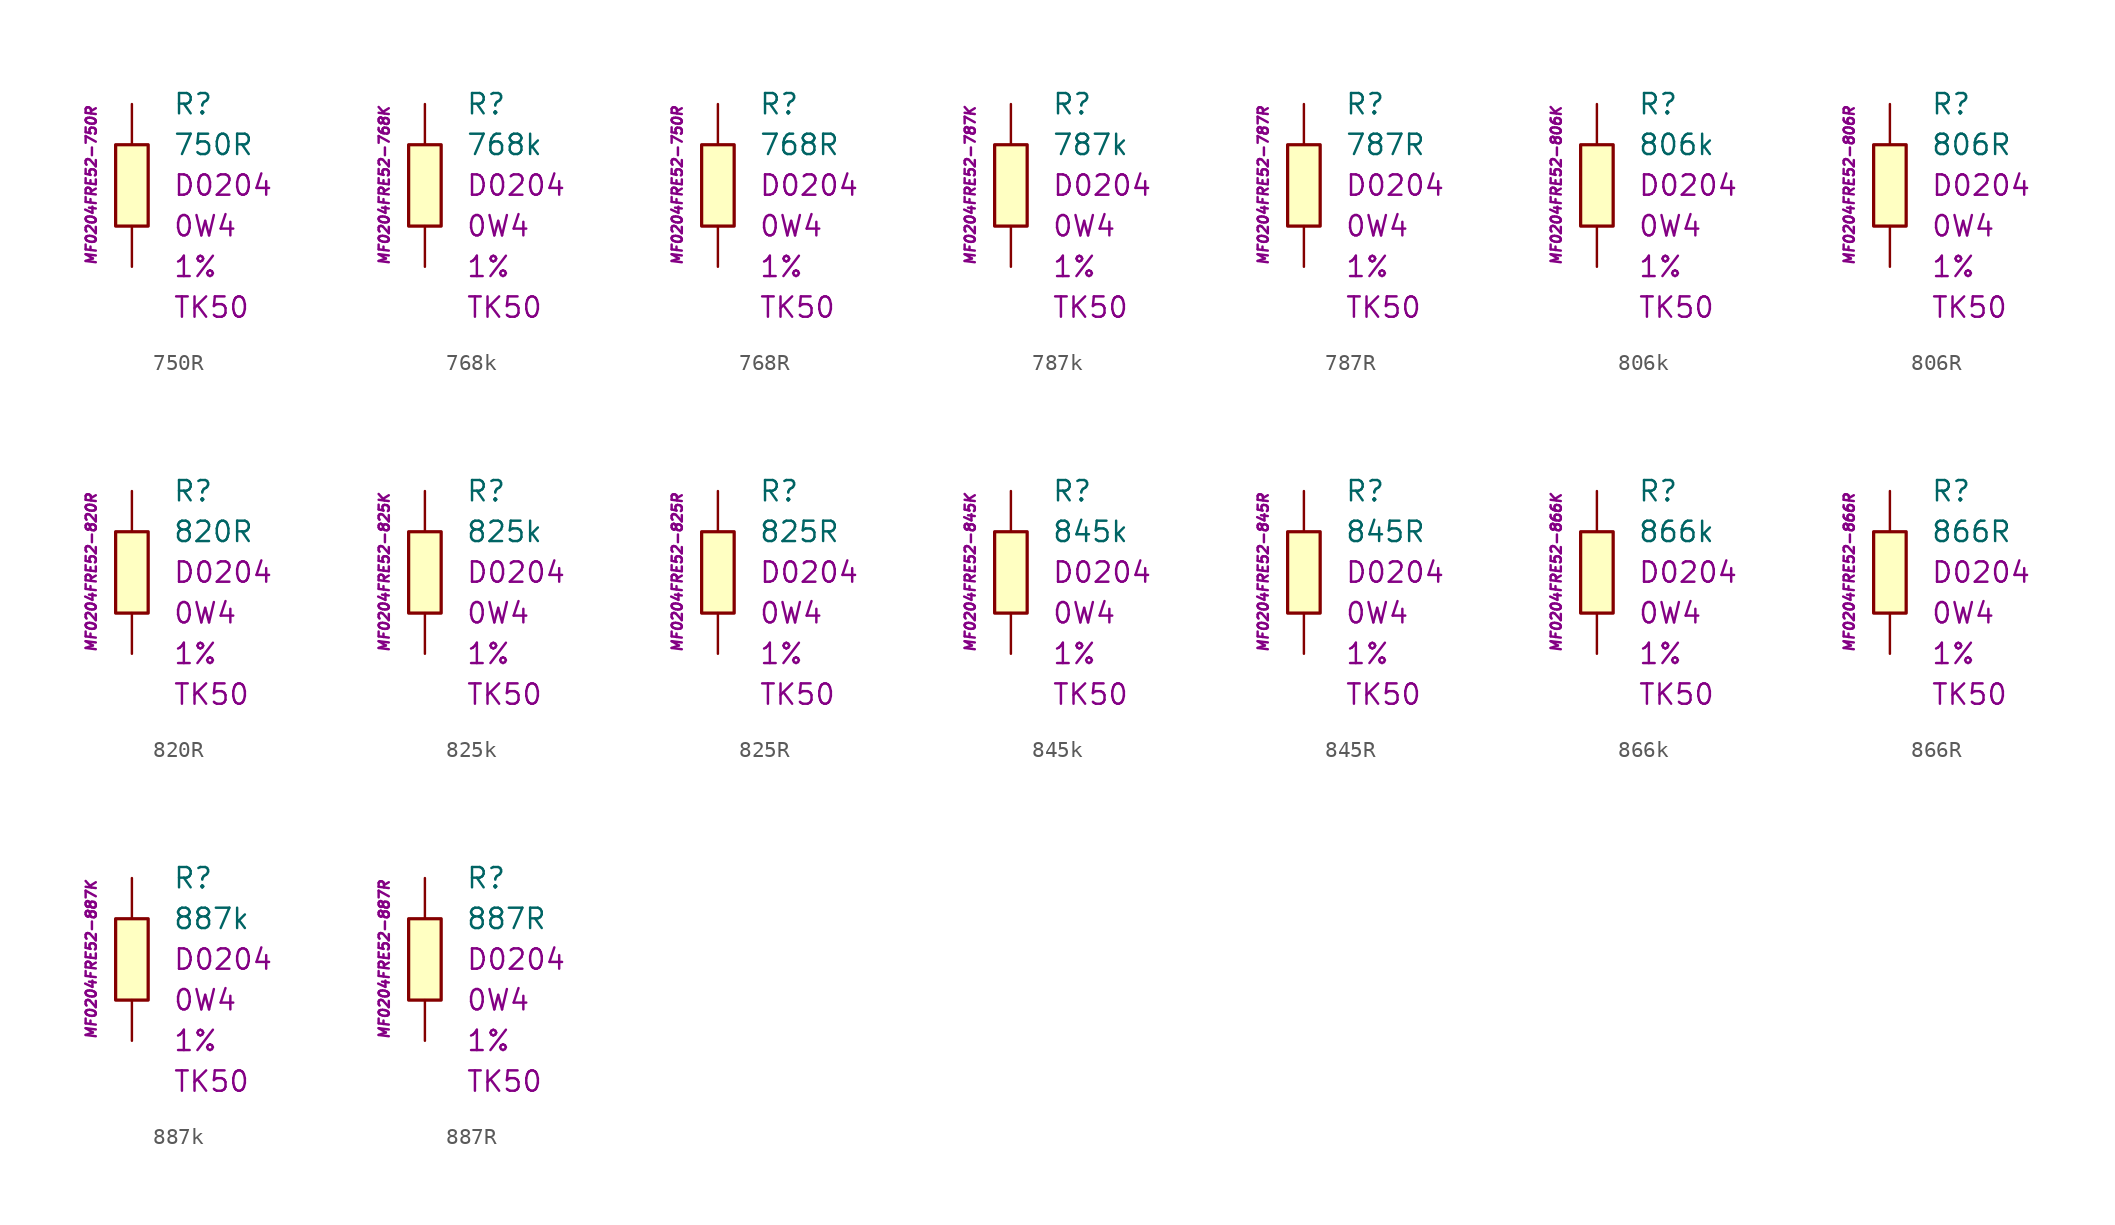
<source format=kicad_sym>
(kicad_symbol_lib
  (version 20201005)
  (generator kicad_symbol_editor)
  (symbol "750R"
    (pin_numbers hide)
    (pin_names
      (offset 1.016) hide)
    (property "Reference" "R"
      (at 2.54 5.08 0)
      (effects (font (size 1.27 1.27)) (justify left)))
    (property "Value" "750R"
      (at 2.54 2.54 0)
      (effects (font (size 1.27 1.27)) (justify left)))
    (property "Package" "D0204"
      (at 2.54 0 0)
      (effects (font (size 1.27 1.27)) (justify left)))
    (property "Power" "0W4"
      (at 2.54 -2.54 0)
      (effects (font (size 1.27 1.27)) (justify left)))
    (property "Tolerance" "1%"
      (at 2.54 -5.08 0)
      (effects (font (size 1.27 1.27)) (justify left)))
    (property "TK" "TK50"
      (at 2.54 -7.62 0)
      (effects (font (size 1.27 1.27)) (justify left)))
    (property "ID" "MF0204FRE52-750R"
      (at -2.54 0 90)
      (effects (font (size 0.635 0.635) italic)))
    (symbol "750R_0_1"
      (rectangle (start -1.016 2.54) (end 1.016 -2.54) (stroke (width 0.203)) (fill (type background))))
    (symbol "750R_1_1"
      (pin passive line (at 0 5.08 270) (length 2.54) (name "~" (effects (font (size 1.778 1.778)))) (number "1" (effects (font (size 1.778 1.778)))))
      (pin passive line (at 0 -5.08 90) (length 2.54) (name "~" (effects (font (size 1.778 1.778)))) (number "2" (effects (font (size 1.778 1.778)))))))
  (symbol "768k"
    (pin_numbers hide)
    (pin_names
      (offset 1.016) hide)
    (property "Reference" "R"
      (at 2.54 5.08 0)
      (effects (font (size 1.27 1.27)) (justify left)))
    (property "Value" "768k"
      (at 2.54 2.54 0)
      (effects (font (size 1.27 1.27)) (justify left)))
    (property "Package" "D0204"
      (at 2.54 0 0)
      (effects (font (size 1.27 1.27)) (justify left)))
    (property "Power" "0W4"
      (at 2.54 -2.54 0)
      (effects (font (size 1.27 1.27)) (justify left)))
    (property "Tolerance" "1%"
      (at 2.54 -5.08 0)
      (effects (font (size 1.27 1.27)) (justify left)))
    (property "TK" "TK50"
      (at 2.54 -7.62 0)
      (effects (font (size 1.27 1.27)) (justify left)))
    (property "ID" "MF0204FRE52-768K"
      (at -2.54 0 90)
      (effects (font (size 0.635 0.635) italic)))
    (symbol "768k_0_1"
      (rectangle (start -1.016 2.54) (end 1.016 -2.54) (stroke (width 0.203)) (fill (type background))))
    (symbol "768k_1_1"
      (pin passive line (at 0 5.08 270) (length 2.54) (name "~" (effects (font (size 1.778 1.778)))) (number "1" (effects (font (size 1.778 1.778)))))
      (pin passive line (at 0 -5.08 90) (length 2.54) (name "~" (effects (font (size 1.778 1.778)))) (number "2" (effects (font (size 1.778 1.778)))))))
  (symbol "768R"
    (pin_numbers hide)
    (pin_names
      (offset 1.016) hide)
    (property "Reference" "R"
      (at 2.54 5.08 0)
      (effects (font (size 1.27 1.27)) (justify left)))
    (property "Value" "768R"
      (at 2.54 2.54 0)
      (effects (font (size 1.27 1.27)) (justify left)))
    (property "Package" "D0204"
      (at 2.54 0 0)
      (effects (font (size 1.27 1.27)) (justify left)))
    (property "Power" "0W4"
      (at 2.54 -2.54 0)
      (effects (font (size 1.27 1.27)) (justify left)))
    (property "Tolerance" "1%"
      (at 2.54 -5.08 0)
      (effects (font (size 1.27 1.27)) (justify left)))
    (property "TK" "TK50"
      (at 2.54 -7.62 0)
      (effects (font (size 1.27 1.27)) (justify left)))
    (property "ID" "MF0204FRE52-750R"
      (at -2.54 0 90)
      (effects (font (size 0.635 0.635) italic)))
    (symbol "768R_0_1"
      (rectangle (start -1.016 2.54) (end 1.016 -2.54) (stroke (width 0.203)) (fill (type background))))
    (symbol "768R_1_1"
      (pin passive line (at 0 5.08 270) (length 2.54) (name "~" (effects (font (size 1.778 1.778)))) (number "1" (effects (font (size 1.778 1.778)))))
      (pin passive line (at 0 -5.08 90) (length 2.54) (name "~" (effects (font (size 1.778 1.778)))) (number "2" (effects (font (size 1.778 1.778)))))))
  (symbol "787k"
    (pin_numbers hide)
    (pin_names
      (offset 1.016) hide)
    (property "Reference" "R"
      (at 2.54 5.08 0)
      (effects (font (size 1.27 1.27)) (justify left)))
    (property "Value" "787k"
      (at 2.54 2.54 0)
      (effects (font (size 1.27 1.27)) (justify left)))
    (property "Package" "D0204"
      (at 2.54 0 0)
      (effects (font (size 1.27 1.27)) (justify left)))
    (property "Power" "0W4"
      (at 2.54 -2.54 0)
      (effects (font (size 1.27 1.27)) (justify left)))
    (property "Tolerance" "1%"
      (at 2.54 -5.08 0)
      (effects (font (size 1.27 1.27)) (justify left)))
    (property "TK" "TK50"
      (at 2.54 -7.62 0)
      (effects (font (size 1.27 1.27)) (justify left)))
    (property "ID" "MF0204FRE52-787K"
      (at -2.54 0 90)
      (effects (font (size 0.635 0.635) italic)))
    (symbol "787k_0_1"
      (rectangle (start -1.016 2.54) (end 1.016 -2.54) (stroke (width 0.203)) (fill (type background))))
    (symbol "787k_1_1"
      (pin passive line (at 0 5.08 270) (length 2.54) (name "~" (effects (font (size 1.778 1.778)))) (number "1" (effects (font (size 1.778 1.778)))))
      (pin passive line (at 0 -5.08 90) (length 2.54) (name "~" (effects (font (size 1.778 1.778)))) (number "2" (effects (font (size 1.778 1.778)))))))
  (symbol "787R"
    (pin_numbers hide)
    (pin_names
      (offset 1.016) hide)
    (property "Reference" "R"
      (at 2.54 5.08 0)
      (effects (font (size 1.27 1.27)) (justify left)))
    (property "Value" "787R"
      (at 2.54 2.54 0)
      (effects (font (size 1.27 1.27)) (justify left)))
    (property "Package" "D0204"
      (at 2.54 0 0)
      (effects (font (size 1.27 1.27)) (justify left)))
    (property "Power" "0W4"
      (at 2.54 -2.54 0)
      (effects (font (size 1.27 1.27)) (justify left)))
    (property "Tolerance" "1%"
      (at 2.54 -5.08 0)
      (effects (font (size 1.27 1.27)) (justify left)))
    (property "TK" "TK50"
      (at 2.54 -7.62 0)
      (effects (font (size 1.27 1.27)) (justify left)))
    (property "ID" "MF0204FRE52-787R"
      (at -2.54 0 90)
      (effects (font (size 0.635 0.635) italic)))
    (symbol "787R_0_1"
      (rectangle (start -1.016 2.54) (end 1.016 -2.54) (stroke (width 0.203)) (fill (type background))))
    (symbol "787R_1_1"
      (pin passive line (at 0 5.08 270) (length 2.54) (name "~" (effects (font (size 1.778 1.778)))) (number "1" (effects (font (size 1.778 1.778)))))
      (pin passive line (at 0 -5.08 90) (length 2.54) (name "~" (effects (font (size 1.778 1.778)))) (number "2" (effects (font (size 1.778 1.778)))))))
  (symbol "806k"
    (pin_numbers hide)
    (pin_names
      (offset 1.016) hide)
    (property "Reference" "R"
      (at 2.54 5.08 0)
      (effects (font (size 1.27 1.27)) (justify left)))
    (property "Value" "806k"
      (at 2.54 2.54 0)
      (effects (font (size 1.27 1.27)) (justify left)))
    (property "Package" "D0204"
      (at 2.54 0 0)
      (effects (font (size 1.27 1.27)) (justify left)))
    (property "Power" "0W4"
      (at 2.54 -2.54 0)
      (effects (font (size 1.27 1.27)) (justify left)))
    (property "Tolerance" "1%"
      (at 2.54 -5.08 0)
      (effects (font (size 1.27 1.27)) (justify left)))
    (property "TK" "TK50"
      (at 2.54 -7.62 0)
      (effects (font (size 1.27 1.27)) (justify left)))
    (property "ID" "MF0204FRE52-806K"
      (at -2.54 0 90)
      (effects (font (size 0.635 0.635) italic)))
    (symbol "806k_0_1"
      (rectangle (start -1.016 2.54) (end 1.016 -2.54) (stroke (width 0.203)) (fill (type background))))
    (symbol "806k_1_1"
      (pin passive line (at 0 5.08 270) (length 2.54) (name "~" (effects (font (size 1.778 1.778)))) (number "1" (effects (font (size 1.778 1.778)))))
      (pin passive line (at 0 -5.08 90) (length 2.54) (name "~" (effects (font (size 1.778 1.778)))) (number "2" (effects (font (size 1.778 1.778)))))))
  (symbol "806R"
    (pin_numbers hide)
    (pin_names
      (offset 1.016) hide)
    (property "Reference" "R"
      (at 2.54 5.08 0)
      (effects (font (size 1.27 1.27)) (justify left)))
    (property "Value" "806R"
      (at 2.54 2.54 0)
      (effects (font (size 1.27 1.27)) (justify left)))
    (property "Package" "D0204"
      (at 2.54 0 0)
      (effects (font (size 1.27 1.27)) (justify left)))
    (property "Power" "0W4"
      (at 2.54 -2.54 0)
      (effects (font (size 1.27 1.27)) (justify left)))
    (property "Tolerance" "1%"
      (at 2.54 -5.08 0)
      (effects (font (size 1.27 1.27)) (justify left)))
    (property "TK" "TK50"
      (at 2.54 -7.62 0)
      (effects (font (size 1.27 1.27)) (justify left)))
    (property "ID" "MF0204FRE52-806R"
      (at -2.54 0 90)
      (effects (font (size 0.635 0.635) italic)))
    (symbol "806R_0_1"
      (rectangle (start -1.016 2.54) (end 1.016 -2.54) (stroke (width 0.203)) (fill (type background))))
    (symbol "806R_1_1"
      (pin passive line (at 0 5.08 270) (length 2.54) (name "~" (effects (font (size 1.778 1.778)))) (number "1" (effects (font (size 1.778 1.778)))))
      (pin passive line (at 0 -5.08 90) (length 2.54) (name "~" (effects (font (size 1.778 1.778)))) (number "2" (effects (font (size 1.778 1.778)))))))
  (symbol "820R"
    (pin_numbers hide)
    (pin_names
      (offset 1.016) hide)
    (property "Reference" "R"
      (at 2.54 5.08 0)
      (effects (font (size 1.27 1.27)) (justify left)))
    (property "Value" "820R"
      (at 2.54 2.54 0)
      (effects (font (size 1.27 1.27)) (justify left)))
    (property "Package" "D0204"
      (at 2.54 0 0)
      (effects (font (size 1.27 1.27)) (justify left)))
    (property "Power" "0W4"
      (at 2.54 -2.54 0)
      (effects (font (size 1.27 1.27)) (justify left)))
    (property "Tolerance" "1%"
      (at 2.54 -5.08 0)
      (effects (font (size 1.27 1.27)) (justify left)))
    (property "TK" "TK50"
      (at 2.54 -7.62 0)
      (effects (font (size 1.27 1.27)) (justify left)))
    (property "ID" "MF0204FRE52-820R"
      (at -2.54 0 90)
      (effects (font (size 0.635 0.635) italic)))
    (symbol "820R_0_1"
      (rectangle (start -1.016 2.54) (end 1.016 -2.54) (stroke (width 0.203)) (fill (type background))))
    (symbol "820R_1_1"
      (pin passive line (at 0 5.08 270) (length 2.54) (name "~" (effects (font (size 1.778 1.778)))) (number "1" (effects (font (size 1.778 1.778)))))
      (pin passive line (at 0 -5.08 90) (length 2.54) (name "~" (effects (font (size 1.778 1.778)))) (number "2" (effects (font (size 1.778 1.778)))))))
  (symbol "825k"
    (pin_numbers hide)
    (pin_names
      (offset 1.016) hide)
    (property "Reference" "R"
      (at 2.54 5.08 0)
      (effects (font (size 1.27 1.27)) (justify left)))
    (property "Value" "825k"
      (at 2.54 2.54 0)
      (effects (font (size 1.27 1.27)) (justify left)))
    (property "Package" "D0204"
      (at 2.54 0 0)
      (effects (font (size 1.27 1.27)) (justify left)))
    (property "Power" "0W4"
      (at 2.54 -2.54 0)
      (effects (font (size 1.27 1.27)) (justify left)))
    (property "Tolerance" "1%"
      (at 2.54 -5.08 0)
      (effects (font (size 1.27 1.27)) (justify left)))
    (property "TK" "TK50"
      (at 2.54 -7.62 0)
      (effects (font (size 1.27 1.27)) (justify left)))
    (property "ID" "MF0204FRE52-825K"
      (at -2.54 0 90)
      (effects (font (size 0.635 0.635) italic)))
    (symbol "825k_0_1"
      (rectangle (start -1.016 2.54) (end 1.016 -2.54) (stroke (width 0.203)) (fill (type background))))
    (symbol "825k_1_1"
      (pin passive line (at 0 5.08 270) (length 2.54) (name "~" (effects (font (size 1.778 1.778)))) (number "1" (effects (font (size 1.778 1.778)))))
      (pin passive line (at 0 -5.08 90) (length 2.54) (name "~" (effects (font (size 1.778 1.778)))) (number "2" (effects (font (size 1.778 1.778)))))))
  (symbol "825R"
    (pin_numbers hide)
    (pin_names
      (offset 1.016) hide)
    (property "Reference" "R"
      (at 2.54 5.08 0)
      (effects (font (size 1.27 1.27)) (justify left)))
    (property "Value" "825R"
      (at 2.54 2.54 0)
      (effects (font (size 1.27 1.27)) (justify left)))
    (property "Package" "D0204"
      (at 2.54 0 0)
      (effects (font (size 1.27 1.27)) (justify left)))
    (property "Power" "0W4"
      (at 2.54 -2.54 0)
      (effects (font (size 1.27 1.27)) (justify left)))
    (property "Tolerance" "1%"
      (at 2.54 -5.08 0)
      (effects (font (size 1.27 1.27)) (justify left)))
    (property "TK" "TK50"
      (at 2.54 -7.62 0)
      (effects (font (size 1.27 1.27)) (justify left)))
    (property "ID" "MF0204FRE52-825R"
      (at -2.54 0 90)
      (effects (font (size 0.635 0.635) italic)))
    (symbol "825R_0_1"
      (rectangle (start -1.016 2.54) (end 1.016 -2.54) (stroke (width 0.203)) (fill (type background))))
    (symbol "825R_1_1"
      (pin passive line (at 0 5.08 270) (length 2.54) (name "~" (effects (font (size 1.778 1.778)))) (number "1" (effects (font (size 1.778 1.778)))))
      (pin passive line (at 0 -5.08 90) (length 2.54) (name "~" (effects (font (size 1.778 1.778)))) (number "2" (effects (font (size 1.778 1.778)))))))
  (symbol "845k"
    (pin_numbers hide)
    (pin_names
      (offset 1.016) hide)
    (property "Reference" "R"
      (at 2.54 5.08 0)
      (effects (font (size 1.27 1.27)) (justify left)))
    (property "Value" "845k"
      (at 2.54 2.54 0)
      (effects (font (size 1.27 1.27)) (justify left)))
    (property "Package" "D0204"
      (at 2.54 0 0)
      (effects (font (size 1.27 1.27)) (justify left)))
    (property "Power" "0W4"
      (at 2.54 -2.54 0)
      (effects (font (size 1.27 1.27)) (justify left)))
    (property "Tolerance" "1%"
      (at 2.54 -5.08 0)
      (effects (font (size 1.27 1.27)) (justify left)))
    (property "TK" "TK50"
      (at 2.54 -7.62 0)
      (effects (font (size 1.27 1.27)) (justify left)))
    (property "ID" "MF0204FRE52-845K"
      (at -2.54 0 90)
      (effects (font (size 0.635 0.635) italic)))
    (symbol "845k_0_1"
      (rectangle (start -1.016 2.54) (end 1.016 -2.54) (stroke (width 0.203)) (fill (type background))))
    (symbol "845k_1_1"
      (pin passive line (at 0 5.08 270) (length 2.54) (name "~" (effects (font (size 1.778 1.778)))) (number "1" (effects (font (size 1.778 1.778)))))
      (pin passive line (at 0 -5.08 90) (length 2.54) (name "~" (effects (font (size 1.778 1.778)))) (number "2" (effects (font (size 1.778 1.778)))))))
  (symbol "845R"
    (pin_numbers hide)
    (pin_names
      (offset 1.016) hide)
    (property "Reference" "R"
      (at 2.54 5.08 0)
      (effects (font (size 1.27 1.27)) (justify left)))
    (property "Value" "845R"
      (at 2.54 2.54 0)
      (effects (font (size 1.27 1.27)) (justify left)))
    (property "Package" "D0204"
      (at 2.54 0 0)
      (effects (font (size 1.27 1.27)) (justify left)))
    (property "Power" "0W4"
      (at 2.54 -2.54 0)
      (effects (font (size 1.27 1.27)) (justify left)))
    (property "Tolerance" "1%"
      (at 2.54 -5.08 0)
      (effects (font (size 1.27 1.27)) (justify left)))
    (property "TK" "TK50"
      (at 2.54 -7.62 0)
      (effects (font (size 1.27 1.27)) (justify left)))
    (property "ID" "MF0204FRE52-845R"
      (at -2.54 0 90)
      (effects (font (size 0.635 0.635) italic)))
    (symbol "845R_0_1"
      (rectangle (start -1.016 2.54) (end 1.016 -2.54) (stroke (width 0.203)) (fill (type background))))
    (symbol "845R_1_1"
      (pin passive line (at 0 5.08 270) (length 2.54) (name "~" (effects (font (size 1.778 1.778)))) (number "1" (effects (font (size 1.778 1.778)))))
      (pin passive line (at 0 -5.08 90) (length 2.54) (name "~" (effects (font (size 1.778 1.778)))) (number "2" (effects (font (size 1.778 1.778)))))))
  (symbol "866k"
    (pin_numbers hide)
    (pin_names
      (offset 1.016) hide)
    (property "Reference" "R"
      (at 2.54 5.08 0)
      (effects (font (size 1.27 1.27)) (justify left)))
    (property "Value" "866k"
      (at 2.54 2.54 0)
      (effects (font (size 1.27 1.27)) (justify left)))
    (property "Package" "D0204"
      (at 2.54 0 0)
      (effects (font (size 1.27 1.27)) (justify left)))
    (property "Power" "0W4"
      (at 2.54 -2.54 0)
      (effects (font (size 1.27 1.27)) (justify left)))
    (property "Tolerance" "1%"
      (at 2.54 -5.08 0)
      (effects (font (size 1.27 1.27)) (justify left)))
    (property "TK" "TK50"
      (at 2.54 -7.62 0)
      (effects (font (size 1.27 1.27)) (justify left)))
    (property "ID" "MF0204FRE52-866K"
      (at -2.54 0 90)
      (effects (font (size 0.635 0.635) italic)))
    (symbol "866k_0_1"
      (rectangle (start -1.016 2.54) (end 1.016 -2.54) (stroke (width 0.203)) (fill (type background))))
    (symbol "866k_1_1"
      (pin passive line (at 0 5.08 270) (length 2.54) (name "~" (effects (font (size 1.778 1.778)))) (number "1" (effects (font (size 1.778 1.778)))))
      (pin passive line (at 0 -5.08 90) (length 2.54) (name "~" (effects (font (size 1.778 1.778)))) (number "2" (effects (font (size 1.778 1.778)))))))
  (symbol "866R"
    (pin_numbers hide)
    (pin_names
      (offset 1.016) hide)
    (property "Reference" "R"
      (at 2.54 5.08 0)
      (effects (font (size 1.27 1.27)) (justify left)))
    (property "Value" "866R"
      (at 2.54 2.54 0)
      (effects (font (size 1.27 1.27)) (justify left)))
    (property "Package" "D0204"
      (at 2.54 0 0)
      (effects (font (size 1.27 1.27)) (justify left)))
    (property "Power" "0W4"
      (at 2.54 -2.54 0)
      (effects (font (size 1.27 1.27)) (justify left)))
    (property "Tolerance" "1%"
      (at 2.54 -5.08 0)
      (effects (font (size 1.27 1.27)) (justify left)))
    (property "TK" "TK50"
      (at 2.54 -7.62 0)
      (effects (font (size 1.27 1.27)) (justify left)))
    (property "ID" "MF0204FRE52-866R"
      (at -2.54 0 90)
      (effects (font (size 0.635 0.635) italic)))
    (symbol "866R_0_1"
      (rectangle (start -1.016 2.54) (end 1.016 -2.54) (stroke (width 0.203)) (fill (type background))))
    (symbol "866R_1_1"
      (pin passive line (at 0 5.08 270) (length 2.54) (name "~" (effects (font (size 1.778 1.778)))) (number "1" (effects (font (size 1.778 1.778)))))
      (pin passive line (at 0 -5.08 90) (length 2.54) (name "~" (effects (font (size 1.778 1.778)))) (number "2" (effects (font (size 1.778 1.778)))))))
  (symbol "887k"
    (pin_numbers hide)
    (pin_names
      (offset 1.016) hide)
    (property "Reference" "R"
      (at 2.54 5.08 0)
      (effects (font (size 1.27 1.27)) (justify left)))
    (property "Value" "887k"
      (at 2.54 2.54 0)
      (effects (font (size 1.27 1.27)) (justify left)))
    (property "Package" "D0204"
      (at 2.54 0 0)
      (effects (font (size 1.27 1.27)) (justify left)))
    (property "Power" "0W4"
      (at 2.54 -2.54 0)
      (effects (font (size 1.27 1.27)) (justify left)))
    (property "Tolerance" "1%"
      (at 2.54 -5.08 0)
      (effects (font (size 1.27 1.27)) (justify left)))
    (property "TK" "TK50"
      (at 2.54 -7.62 0)
      (effects (font (size 1.27 1.27)) (justify left)))
    (property "ID" "MF0204FRE52-887K"
      (at -2.54 0 90)
      (effects (font (size 0.635 0.635) italic)))
    (symbol "887k_0_1"
      (rectangle (start -1.016 2.54) (end 1.016 -2.54) (stroke (width 0.203)) (fill (type background))))
    (symbol "887k_1_1"
      (pin passive line (at 0 5.08 270) (length 2.54) (name "~" (effects (font (size 1.778 1.778)))) (number "1" (effects (font (size 1.778 1.778)))))
      (pin passive line (at 0 -5.08 90) (length 2.54) (name "~" (effects (font (size 1.778 1.778)))) (number "2" (effects (font (size 1.778 1.778)))))))
  (symbol "887R"
    (pin_numbers hide)
    (pin_names
      (offset 1.016) hide)
    (property "Reference" "R"
      (at 2.54 5.08 0)
      (effects (font (size 1.27 1.27)) (justify left)))
    (property "Value" "887R"
      (at 2.54 2.54 0)
      (effects (font (size 1.27 1.27)) (justify left)))
    (property "Package" "D0204"
      (at 2.54 0 0)
      (effects (font (size 1.27 1.27)) (justify left)))
    (property "Power" "0W4"
      (at 2.54 -2.54 0)
      (effects (font (size 1.27 1.27)) (justify left)))
    (property "Tolerance" "1%"
      (at 2.54 -5.08 0)
      (effects (font (size 1.27 1.27)) (justify left)))
    (property "TK" "TK50"
      (at 2.54 -7.62 0)
      (effects (font (size 1.27 1.27)) (justify left)))
    (property "ID" "MF0204FRE52-887R"
      (at -2.54 0 90)
      (effects (font (size 0.635 0.635) italic)))
    (symbol "887R_0_1"
      (rectangle (start -1.016 2.54) (end 1.016 -2.54) (stroke (width 0.203)) (fill (type background))))
    (symbol "887R_1_1"
      (pin passive line (at 0 5.08 270) (length 2.54) (name "~" (effects (font (size 1.778 1.778)))) (number "1" (effects (font (size 1.778 1.778)))))
      (pin passive line (at 0 -5.08 90) (length 2.54) (name "~" (effects (font (size 1.778 1.778)))) (number "2" (effects (font (size 1.778 1.778))))))))
</source>
